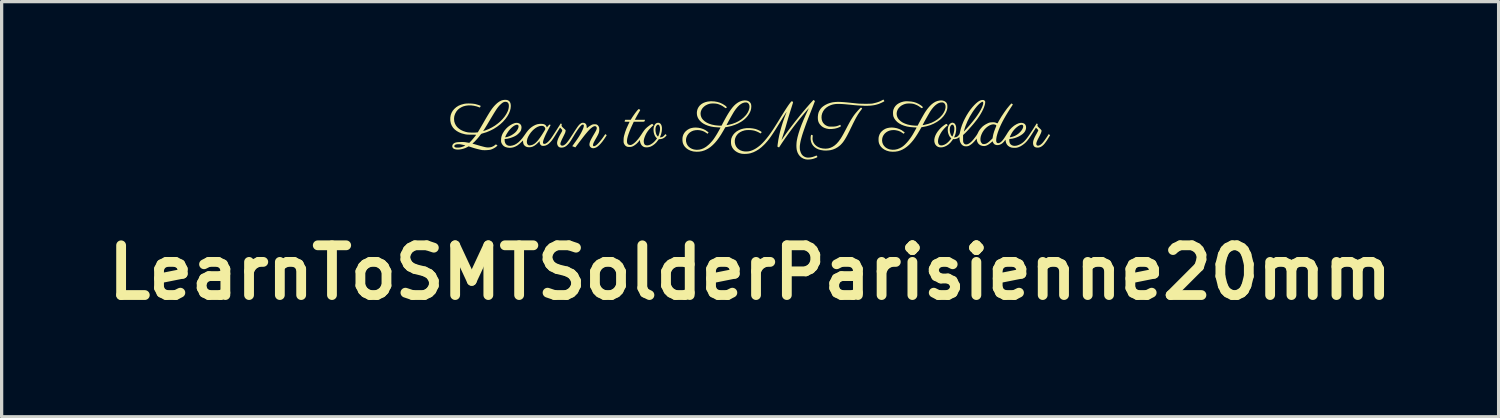
<source format=kicad_pcb>
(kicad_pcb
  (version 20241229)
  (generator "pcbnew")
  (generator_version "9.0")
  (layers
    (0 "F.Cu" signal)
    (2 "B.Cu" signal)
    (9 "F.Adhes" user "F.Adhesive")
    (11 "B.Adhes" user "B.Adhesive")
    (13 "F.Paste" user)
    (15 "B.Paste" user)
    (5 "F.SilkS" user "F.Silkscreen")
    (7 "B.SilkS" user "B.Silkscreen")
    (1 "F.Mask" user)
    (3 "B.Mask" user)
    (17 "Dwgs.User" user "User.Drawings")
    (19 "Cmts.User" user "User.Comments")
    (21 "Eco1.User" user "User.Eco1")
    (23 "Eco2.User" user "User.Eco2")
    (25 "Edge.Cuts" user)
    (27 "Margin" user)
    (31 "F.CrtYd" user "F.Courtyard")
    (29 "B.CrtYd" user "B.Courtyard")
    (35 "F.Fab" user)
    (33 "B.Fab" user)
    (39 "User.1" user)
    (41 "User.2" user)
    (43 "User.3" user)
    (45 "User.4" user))
  (footprint "LearnToSMTSolderParisienne20mm"
    (layer "F.Cu")
    (at 19.928 5.299)
    (property "Reference" "LearnToSMTSolderParisienne20mm" (at 0 0 0) (layer "F.SilkS") (effects (font (size 1.524 1.524) (thickness 0.3))))
    (attr board_only exclude_from_pos_files exclude_from_bom)
    (fp_poly (pts (xy 3.406 -5.049) (xy 3.419 -5.038) (xy 3.433 -5.023) (xy 3.393 -4.971) (xy 3.364 -4.933) (xy 3.337 -4.893) (xy 3.309 -4.852) (xy 3.282 -4.807) (xy 3.253 -4.757) (xy 3.223 -4.701) (xy 3.19 -4.637) (xy 3.153 -4.564) (xy 3.113 -4.481) (xy 3.093 -4.441) (xy 3.049 -4.349) (xy 3.008 -4.268) (xy 2.971 -4.197) (xy 2.937 -4.136) (xy 2.905 -4.082) (xy 2.875 -4.036) (xy 2.846 -3.995) (xy 2.817 -3.96) (xy 2.787 -3.927) (xy 2.757 -3.898) (xy 2.75 -3.892) (xy 2.685 -3.842) (xy 2.614 -3.801) (xy 2.539 -3.77) (xy 2.463 -3.75) (xy 2.411 -3.743) (xy 2.382 -3.741) (xy 2.355 -3.739) (xy 2.337 -3.738) (xy 2.318 -3.737) (xy 2.29 -3.738) (xy 2.26 -3.74) (xy 2.25 -3.74) (xy 2.17 -3.752) (xy 2.097 -3.772) (xy 2.033 -3.802) (xy 1.977 -3.84) (xy 1.931 -3.885) (xy 1.895 -3.938) (xy 1.87 -3.997) (xy 1.856 -4.062) (xy 1.853 -4.108) (xy 1.854 -4.139) (xy 1.857 -4.168) (xy 1.862 -4.194) (xy 1.867 -4.212) (xy 1.872 -4.22) (xy 1.873 -4.22) (xy 1.887 -4.217) (xy 1.902 -4.211) (xy 1.915 -4.204) (xy 1.92 -4.198) (xy 1.919 -4.187) (xy 1.916 -4.168) (xy 1.914 -4.148) (xy 1.911 -4.087) (xy 1.922 -4.029) (xy 1.945 -3.974) (xy 1.98 -3.925) (xy 1.988 -3.916) (xy 2.035 -3.874) (xy 2.09 -3.841) (xy 2.152 -3.817) (xy 2.224 -3.801) (xy 2.237 -3.8) (xy 2.314 -3.795) (xy 2.388 -3.802) (xy 2.459 -3.821) (xy 2.526 -3.852) (xy 2.591 -3.895) (xy 2.654 -3.951) (xy 2.714 -4.02) (xy 2.773 -4.102) (xy 2.809 -4.16) (xy 2.823 -4.184) (xy 2.842 -4.218) (xy 2.865 -4.259) (xy 2.89 -4.306) (xy 2.916 -4.355) (xy 2.942 -4.405) (xy 2.947 -4.413) (xy 2.986 -4.489) (xy 3.022 -4.555) (xy 3.053 -4.612) (xy 3.082 -4.663) (xy 3.11 -4.709) (xy 3.138 -4.753) (xy 3.166 -4.795) (xy 3.184 -4.82) (xy 3.203 -4.846) (xy 3.226 -4.875) (xy 3.253 -4.907) (xy 3.281 -4.939) (xy 3.309 -4.971) (xy 3.336 -4.999) (xy 3.359 -5.023) (xy 3.379 -5.041) (xy 3.392 -5.052) (xy 3.396 -5.053)) (stroke (width 0) (type solid)) (fill yes) (layer "F.SilkS"))
    (fp_poly (pts (xy 4.1 -5.274) (xy 4.109 -5.258) (xy 4.111 -5.249) (xy 4.111 -5.248) (xy 4.103 -5.242) (xy 4.085 -5.232) (xy 4.06 -5.219) (xy 4.031 -5.205) (xy 4 -5.191) (xy 3.971 -5.178) (xy 3.945 -5.167) (xy 3.933 -5.163) (xy 3.88 -5.147) (xy 3.826 -5.133) (xy 3.769 -5.123) (xy 3.708 -5.115) (xy 3.642 -5.11) (xy 3.571 -5.108) (xy 3.491 -5.109) (xy 3.404 -5.113) (xy 3.307 -5.119) (xy 3.199 -5.128) (xy 3.081 -5.14) (xy 2.984 -5.149) (xy 2.899 -5.157) (xy 2.825 -5.162) (xy 2.76 -5.165) (xy 2.703 -5.166) (xy 2.652 -5.165) (xy 2.607 -5.161) (xy 2.567 -5.155) (xy 2.529 -5.147) (xy 2.493 -5.136) (xy 2.457 -5.123) (xy 2.457 -5.123) (xy 2.387 -5.089) (xy 2.327 -5.047) (xy 2.276 -4.997) (xy 2.237 -4.941) (xy 2.208 -4.879) (xy 2.191 -4.813) (xy 2.187 -4.753) (xy 2.193 -4.69) (xy 2.21 -4.633) (xy 2.238 -4.582) (xy 2.277 -4.54) (xy 2.324 -4.506) (xy 2.377 -4.483) (xy 2.398 -4.477) (xy 2.421 -4.473) (xy 2.449 -4.471) (xy 2.486 -4.47) (xy 2.507 -4.47) (xy 2.565 -4.472) (xy 2.614 -4.477) (xy 2.658 -4.486) (xy 2.702 -4.501) (xy 2.725 -4.51) (xy 2.759 -4.526) (xy 2.768 -4.511) (xy 2.777 -4.497) (xy 2.782 -4.489) (xy 2.78 -4.481) (xy 2.767 -4.471) (xy 2.745 -4.459) (xy 2.716 -4.446) (xy 2.683 -4.433) (xy 2.647 -4.422) (xy 2.61 -4.413) (xy 2.6 -4.41) (xy 2.572 -4.406) (xy 2.537 -4.402) (xy 2.499 -4.398) (xy 2.463 -4.397) (xy 2.431 -4.396) (xy 2.41 -4.397) (xy 2.341 -4.41) (xy 2.282 -4.429) (xy 2.231 -4.454) (xy 2.186 -4.487) (xy 2.167 -4.506) (xy 2.13 -4.548) (xy 2.103 -4.593) (xy 2.085 -4.641) (xy 2.076 -4.695) (xy 2.074 -4.758) (xy 2.075 -4.779) (xy 2.082 -4.842) (xy 2.095 -4.898) (xy 2.117 -4.949) (xy 2.149 -5.001) (xy 2.161 -5.018) (xy 2.198 -5.06) (xy 2.247 -5.099) (xy 2.304 -5.135) (xy 2.368 -5.167) (xy 2.427 -5.189) (xy 2.472 -5.202) (xy 2.517 -5.213) (xy 2.564 -5.22) (xy 2.614 -5.225) (xy 2.67 -5.228) (xy 2.731 -5.228) (xy 2.799 -5.225) (xy 2.877 -5.22) (xy 2.964 -5.212) (xy 3.063 -5.202) (xy 3.09 -5.199) (xy 3.157 -5.192) (xy 3.213 -5.186) (xy 3.261 -5.181) (xy 3.302 -5.177) (xy 3.339 -5.174) (xy 3.375 -5.173) (xy 3.411 -5.171) (xy 3.45 -5.171) (xy 3.495 -5.17) (xy 3.527 -5.17) (xy 3.585 -5.17) (xy 3.633 -5.171) (xy 3.671 -5.172) (xy 3.702 -5.173) (xy 3.727 -5.175) (xy 3.75 -5.178) (xy 3.77 -5.182) (xy 3.85 -5.201) (xy 3.925 -5.224) (xy 3.991 -5.25) (xy 4.046 -5.279) (xy 4.053 -5.283) (xy 4.069 -5.293) (xy 4.08 -5.298) (xy 4.083 -5.299)) (stroke (width 0) (type solid)) (fill yes) (layer "F.SilkS"))
    (fp_poly (pts (xy -3.39 -4.998) (xy -3.375 -4.989) (xy -3.367 -4.982) (xy -3.367 -4.98) (xy -3.37 -4.972) (xy -3.378 -4.955) (xy -3.391 -4.933) (xy -3.399 -4.919) (xy -3.415 -4.892) (xy -3.434 -4.858) (xy -3.456 -4.82) (xy -3.477 -4.782) (xy -3.482 -4.772) (xy -3.532 -4.68) (xy -3.219 -4.68) (xy -3.224 -4.665) (xy -3.228 -4.651) (xy -3.231 -4.64) (xy -3.236 -4.632) (xy -3.243 -4.627) (xy -3.254 -4.623) (xy -3.272 -4.621) (xy -3.297 -4.62) (xy -3.331 -4.62) (xy -3.376 -4.62) (xy -3.402 -4.62) (xy -3.564 -4.62) (xy -3.608 -4.525) (xy -3.656 -4.419) (xy -3.695 -4.324) (xy -3.726 -4.239) (xy -3.75 -4.164) (xy -3.765 -4.099) (xy -3.772 -4.044) (xy -3.772 -3.998) (xy -3.763 -3.962) (xy -3.746 -3.935) (xy -3.722 -3.917) (xy -3.689 -3.909) (xy -3.684 -3.908) (xy -3.662 -3.907) (xy -3.644 -3.91) (xy -3.625 -3.918) (xy -3.607 -3.927) (xy -3.565 -3.954) (xy -3.52 -3.992) (xy -3.473 -4.041) (xy -3.424 -4.098) (xy -3.375 -4.164) (xy -3.327 -4.235) (xy -3.324 -4.24) (xy -3.29 -4.292) (xy -3.26 -4.335) (xy -3.233 -4.371) (xy -3.206 -4.402) (xy -3.177 -4.43) (xy -3.145 -4.459) (xy -3.14 -4.462) (xy -3.11 -4.486) (xy -3.079 -4.509) (xy -3.05 -4.528) (xy -3.026 -4.543) (xy -3.007 -4.551) (xy -3 -4.553) (xy -2.99 -4.548) (xy -2.977 -4.536) (xy -2.974 -4.532) (xy -2.958 -4.512) (xy -2.981 -4.495) (xy -3.003 -4.476) (xy -3.03 -4.45) (xy -3.06 -4.419) (xy -3.09 -4.387) (xy -3.117 -4.355) (xy -3.137 -4.329) (xy -3.175 -4.271) (xy -3.206 -4.211) (xy -3.231 -4.151) (xy -3.249 -4.094) (xy -3.258 -4.042) (xy -3.258 -4.006) (xy -3.251 -3.963) (xy -3.237 -3.93) (xy -3.214 -3.909) (xy -3.183 -3.897) (xy -3.143 -3.895) (xy -3.142 -3.895) (xy -3.095 -3.904) (xy -3.045 -3.925) (xy -2.995 -3.957) (xy -2.945 -3.999) (xy -2.897 -4.051) (xy -2.89 -4.061) (xy -2.873 -4.081) (xy -2.861 -4.098) (xy -2.854 -4.108) (xy -2.853 -4.11) (xy -2.858 -4.116) (xy -2.869 -4.128) (xy -2.877 -4.134) (xy -2.898 -4.159) (xy -2.919 -4.194) (xy -2.936 -4.235) (xy -2.949 -4.279) (xy -2.95 -4.283) (xy -2.958 -4.341) (xy -2.958 -4.358) (xy -2.899 -4.358) (xy -2.894 -4.31) (xy -2.884 -4.264) (xy -2.868 -4.223) (xy -2.867 -4.22) (xy -2.855 -4.201) (xy -2.841 -4.183) (xy -2.829 -4.171) (xy -2.821 -4.167) (xy -2.817 -4.172) (xy -2.809 -4.187) (xy -2.801 -4.205) (xy -2.779 -4.273) (xy -2.765 -4.336) (xy -2.759 -4.395) (xy -2.762 -4.447) (xy -2.774 -4.49) (xy -2.778 -4.498) (xy -2.794 -4.521) (xy -2.812 -4.531) (xy -2.833 -4.529) (xy -2.854 -4.515) (xy -2.875 -4.488) (xy -2.88 -4.479) (xy -2.892 -4.446) (xy -2.899 -4.405) (xy -2.899 -4.358) (xy -2.958 -4.358) (xy -2.959 -4.396) (xy -2.952 -4.447) (xy -2.938 -4.492) (xy -2.918 -4.53) (xy -2.893 -4.56) (xy -2.862 -4.58) (xy -2.827 -4.588) (xy -2.821 -4.589) (xy -2.785 -4.584) (xy -2.755 -4.567) (xy -2.731 -4.539) (xy -2.713 -4.499) (xy -2.707 -4.474) (xy -2.701 -4.433) (xy -2.702 -4.383) (xy -2.707 -4.329) (xy -2.718 -4.273) (xy -2.732 -4.22) (xy -2.75 -4.175) (xy -2.767 -4.138) (xy -2.735 -4.143) (xy -2.702 -4.15) (xy -2.676 -4.161) (xy -2.652 -4.179) (xy -2.629 -4.203) (xy -2.595 -4.241) (xy -2.576 -4.225) (xy -2.558 -4.209) (xy -2.572 -4.188) (xy -2.608 -4.149) (xy -2.651 -4.118) (xy -2.7 -4.097) (xy -2.752 -4.087) (xy -2.766 -4.087) (xy -2.784 -4.086) (xy -2.796 -4.083) (xy -2.806 -4.074) (xy -2.818 -4.056) (xy -2.822 -4.052) (xy -2.868 -3.992) (xy -2.921 -3.94) (xy -2.978 -3.896) (xy -3.038 -3.863) (xy -3.059 -3.855) (xy -3.104 -3.842) (xy -3.151 -3.836) (xy -3.196 -3.836) (xy -3.236 -3.842) (xy -3.25 -3.846) (xy -3.291 -3.87) (xy -3.326 -3.903) (xy -3.351 -3.946) (xy -3.368 -3.995) (xy -3.372 -4.021) (xy -3.377 -4.062) (xy -3.405 -4.025) (xy -3.444 -3.981) (xy -3.487 -3.939) (xy -3.532 -3.904) (xy -3.577 -3.876) (xy -3.618 -3.858) (xy -3.622 -3.857) (xy -3.648 -3.851) (xy -3.678 -3.848) (xy -3.701 -3.847) (xy -3.751 -3.851) (xy -3.791 -3.866) (xy -3.825 -3.891) (xy -3.851 -3.927) (xy -3.857 -3.938) (xy -3.865 -3.955) (xy -3.871 -3.971) (xy -3.874 -3.987) (xy -3.876 -4.008) (xy -3.876 -4.038) (xy -3.876 -4.053) (xy -3.875 -4.096) (xy -3.872 -4.133) (xy -3.865 -4.17) (xy -3.857 -4.203) (xy -3.827 -4.306) (xy -3.788 -4.411) (xy -3.739 -4.519) (xy -3.724 -4.552) (xy -3.71 -4.58) (xy -3.7 -4.602) (xy -3.694 -4.615) (xy -3.693 -4.618) (xy -3.7 -4.619) (xy -3.716 -4.619) (xy -3.741 -4.62) (xy -3.77 -4.62) (xy -3.8 -4.62) (xy -3.825 -4.622) (xy -3.841 -4.624) (xy -3.847 -4.626) (xy -3.844 -4.635) (xy -3.838 -4.651) (xy -3.837 -4.656) (xy -3.826 -4.68) (xy -3.742 -4.68) (xy -3.657 -4.68) (xy -3.617 -4.745) (xy -3.594 -4.78) (xy -3.568 -4.818) (xy -3.54 -4.858) (xy -3.512 -4.896) (xy -3.485 -4.931) (xy -3.461 -4.961) (xy -3.442 -4.982) (xy -3.438 -4.986) (xy -3.413 -5.009)) (stroke (width 0) (type solid)) (fill yes) (layer "F.SilkS"))
    (fp_poly (pts (xy -0.117 -5.27) (xy -0.071 -5.259) (xy -0.032 -5.239) (xy -0.02 -5.229) (xy 0.006 -5.201) (xy 0.024 -5.17) (xy 0.033 -5.133) (xy 0.036 -5.087) (xy 0.036 -5.083) (xy 0.03 -5.016) (xy 0.012 -4.95) (xy -0.018 -4.885) (xy -0.06 -4.819) (xy -0.067 -4.809) (xy -0.108 -4.759) (xy -0.151 -4.715) (xy -0.198 -4.674) (xy -0.254 -4.633) (xy -0.278 -4.618) (xy -0.368 -4.567) (xy -0.468 -4.524) (xy -0.575 -4.489) (xy -0.686 -4.464) (xy -0.711 -4.46) (xy -0.759 -4.452) (xy -0.82 -4.345) (xy -0.887 -4.232) (xy -0.953 -4.132) (xy -1.018 -4.044) (xy -1.083 -3.968) (xy -1.149 -3.902) (xy -1.216 -3.845) (xy -1.285 -3.798) (xy -1.356 -3.76) (xy -1.401 -3.741) (xy -1.477 -3.717) (xy -1.559 -3.704) (xy -1.643 -3.701) (xy -1.725 -3.708) (xy -1.757 -3.714) (xy -1.828 -3.735) (xy -1.892 -3.765) (xy -1.948 -3.804) (xy -1.995 -3.849) (xy -2.033 -3.902) (xy -2.058 -3.96) (xy -2.06 -3.965) (xy -2.068 -4.004) (xy -2.073 -4.051) (xy -2.073 -4.1) (xy -2.069 -4.146) (xy -2.066 -4.161) (xy -2.047 -4.222) (xy -2.016 -4.278) (xy -1.975 -4.327) (xy -1.924 -4.369) (xy -1.866 -4.403) (xy -1.813 -4.423) (xy -1.741 -4.438) (xy -1.665 -4.442) (xy -1.587 -4.436) (xy -1.509 -4.42) (xy -1.435 -4.395) (xy -1.366 -4.361) (xy -1.306 -4.318) (xy -1.301 -4.315) (xy -1.272 -4.29) (xy -1.287 -4.272) (xy -1.297 -4.259) (xy -1.305 -4.253) (xy -1.306 -4.253) (xy -1.313 -4.257) (xy -1.328 -4.267) (xy -1.347 -4.281) (xy -1.347 -4.281) (xy -1.405 -4.317) (xy -1.469 -4.343) (xy -1.537 -4.359) (xy -1.606 -4.365) (xy -1.675 -4.361) (xy -1.74 -4.347) (xy -1.791 -4.326) (xy -1.845 -4.293) (xy -1.889 -4.251) (xy -1.924 -4.202) (xy -1.949 -4.148) (xy -1.963 -4.091) (xy -1.964 -4.032) (xy -1.962 -4.013) (xy -1.946 -3.954) (xy -1.92 -3.902) (xy -1.883 -3.857) (xy -1.837 -3.819) (xy -1.783 -3.79) (xy -1.723 -3.77) (xy -1.656 -3.761) (xy -1.628 -3.76) (xy -1.556 -3.765) (xy -1.487 -3.782) (xy -1.419 -3.81) (xy -1.352 -3.85) (xy -1.286 -3.903) (xy -1.236 -3.949) (xy -1.192 -3.996) (xy -1.152 -4.042) (xy -1.115 -4.091) (xy -1.077 -4.147) (xy -1.039 -4.207) (xy -1.024 -4.231) (xy -1.006 -4.261) (xy -0.987 -4.294) (xy -0.968 -4.328) (xy -0.949 -4.361) (xy -0.933 -4.391) (xy -0.919 -4.416) (xy -0.91 -4.434) (xy -0.907 -4.442) (xy -0.907 -4.442) (xy -0.913 -4.443) (xy -0.93 -4.445) (xy -0.956 -4.446) (xy -0.988 -4.448) (xy -1.005 -4.449) (xy -1.106 -4.457) (xy -1.199 -4.473) (xy -1.285 -4.497) (xy -1.363 -4.527) (xy -1.432 -4.563) (xy -1.491 -4.605) (xy -1.541 -4.653) (xy -1.581 -4.706) (xy -1.61 -4.763) (xy -1.627 -4.824) (xy -1.632 -4.889) (xy -1.627 -4.946) (xy -1.61 -5.009) (xy -1.581 -5.066) (xy -1.543 -5.116) (xy -1.494 -5.159) (xy -1.437 -5.194) (xy -1.371 -5.22) (xy -1.297 -5.238) (xy -1.217 -5.246) (xy -1.19 -5.247) (xy -1.095 -5.242) (xy -1.007 -5.227) (xy -0.926 -5.203) (xy -0.848 -5.167) (xy -0.798 -5.137) (xy -0.76 -5.111) (xy -0.735 -5.089) (xy -0.72 -5.072) (xy -0.716 -5.058) (xy -0.723 -5.047) (xy -0.735 -5.039) (xy -0.744 -5.037) (xy -0.754 -5.038) (xy -0.767 -5.046) (xy -0.787 -5.06) (xy -0.796 -5.066) (xy -0.842 -5.098) (xy -0.891 -5.125) (xy -0.945 -5.148) (xy -0.97 -5.157) (xy -0.997 -5.166) (xy -1.022 -5.171) (xy -1.049 -5.175) (xy -1.083 -5.178) (xy -1.107 -5.179) (xy -1.158 -5.179) (xy -1.199 -5.177) (xy -1.236 -5.171) (xy -1.272 -5.161) (xy -1.308 -5.148) (xy -1.365 -5.119) (xy -1.415 -5.082) (xy -1.456 -5.039) (xy -1.487 -4.991) (xy -1.508 -4.939) (xy -1.518 -4.885) (xy -1.515 -4.83) (xy -1.511 -4.808) (xy -1.497 -4.765) (xy -1.48 -4.729) (xy -1.455 -4.695) (xy -1.443 -4.681) (xy -1.392 -4.634) (xy -1.33 -4.593) (xy -1.258 -4.56) (xy -1.176 -4.533) (xy -1.085 -4.514) (xy -1.056 -4.51) (xy -1.018 -4.506) (xy -0.979 -4.502) (xy -0.945 -4.5) (xy -0.927 -4.5) (xy -0.875 -4.5) (xy -0.867 -4.514) (xy -0.724 -4.514) (xy -0.724 -4.513) (xy -0.717 -4.515) (xy -0.699 -4.518) (xy -0.675 -4.523) (xy -0.654 -4.527) (xy -0.548 -4.554) (xy -0.449 -4.59) (xy -0.356 -4.635) (xy -0.272 -4.689) (xy -0.197 -4.751) (xy -0.132 -4.819) (xy -0.11 -4.847) (xy -0.073 -4.903) (xy -0.046 -4.959) (xy -0.028 -5.014) (xy -0.019 -5.065) (xy -0.021 -5.111) (xy -0.034 -5.151) (xy -0.035 -5.153) (xy -0.055 -5.183) (xy -0.079 -5.201) (xy -0.111 -5.211) (xy -0.122 -5.212) (xy -0.173 -5.209) (xy -0.225 -5.194) (xy -0.278 -5.166) (xy -0.331 -5.126) (xy -0.384 -5.074) (xy -0.437 -5.01) (xy -0.483 -4.944) (xy -0.498 -4.921) (xy -0.516 -4.891) (xy -0.537 -4.855) (xy -0.56 -4.816) (xy -0.584 -4.773) (xy -0.609 -4.729) (xy -0.633 -4.685) (xy -0.656 -4.644) (xy -0.677 -4.605) (xy -0.695 -4.571) (xy -0.71 -4.544) (xy -0.719 -4.525) (xy -0.724 -4.514) (xy -0.867 -4.514) (xy -0.843 -4.562) (xy -0.784 -4.673) (xy -0.729 -4.773) (xy -0.677 -4.861) (xy -0.628 -4.938) (xy -0.58 -5.006) (xy -0.534 -5.065) (xy -0.488 -5.115) (xy -0.443 -5.157) (xy -0.397 -5.192) (xy -0.351 -5.221) (xy -0.334 -5.23) (xy -0.279 -5.253) (xy -0.223 -5.267) (xy -0.168 -5.273)) (stroke (width 0) (type solid)) (fill yes) (layer "F.SilkS"))
    (fp_poly (pts (xy 5.902 -5.268) (xy 5.948 -5.253) (xy 5.986 -5.229) (xy 6.016 -5.198) (xy 6.031 -5.168) (xy 6.039 -5.137) (xy 6.042 -5.098) (xy 6.042 -5.056) (xy 6.037 -5.014) (xy 6.03 -4.983) (xy 6.004 -4.914) (xy 5.965 -4.846) (xy 5.917 -4.78) (xy 5.861 -4.72) (xy 5.819 -4.683) (xy 5.726 -4.617) (xy 5.625 -4.561) (xy 5.516 -4.515) (xy 5.4 -4.481) (xy 5.296 -4.46) (xy 5.249 -4.453) (xy 5.193 -4.355) (xy 5.126 -4.243) (xy 5.061 -4.143) (xy 4.997 -4.055) (xy 4.933 -3.979) (xy 4.869 -3.912) (xy 4.804 -3.856) (xy 4.737 -3.808) (xy 4.669 -3.769) (xy 4.606 -3.741) (xy 4.53 -3.717) (xy 4.448 -3.704) (xy 4.364 -3.701) (xy 4.281 -3.708) (xy 4.25 -3.714) (xy 4.179 -3.735) (xy 4.115 -3.765) (xy 4.058 -3.804) (xy 4.011 -3.849) (xy 3.974 -3.902) (xy 3.948 -3.96) (xy 3.947 -3.965) (xy 3.938 -4.004) (xy 3.934 -4.051) (xy 3.934 -4.1) (xy 3.938 -4.146) (xy 3.941 -4.161) (xy 3.96 -4.221) (xy 3.99 -4.277) (xy 4.031 -4.326) (xy 4.081 -4.368) (xy 4.139 -4.402) (xy 4.193 -4.423) (xy 4.266 -4.438) (xy 4.343 -4.443) (xy 4.421 -4.436) (xy 4.499 -4.42) (xy 4.574 -4.394) (xy 4.644 -4.359) (xy 4.705 -4.315) (xy 4.71 -4.311) (xy 4.737 -4.288) (xy 4.721 -4.271) (xy 4.709 -4.259) (xy 4.701 -4.253) (xy 4.7 -4.253) (xy 4.693 -4.257) (xy 4.679 -4.267) (xy 4.66 -4.281) (xy 4.66 -4.281) (xy 4.601 -4.318) (xy 4.534 -4.344) (xy 4.46 -4.36) (xy 4.413 -4.365) (xy 4.345 -4.363) (xy 4.281 -4.351) (xy 4.222 -4.329) (xy 4.169 -4.297) (xy 4.123 -4.257) (xy 4.087 -4.21) (xy 4.06 -4.156) (xy 4.046 -4.101) (xy 4.042 -4.04) (xy 4.051 -3.982) (xy 4.071 -3.929) (xy 4.102 -3.881) (xy 4.142 -3.839) (xy 4.192 -3.805) (xy 4.25 -3.78) (xy 4.285 -3.771) (xy 4.36 -3.761) (xy 4.436 -3.764) (xy 4.511 -3.78) (xy 4.586 -3.81) (xy 4.65 -3.845) (xy 4.696 -3.879) (xy 4.745 -3.923) (xy 4.796 -3.976) (xy 4.848 -4.036) (xy 4.898 -4.102) (xy 4.946 -4.171) (xy 4.975 -4.217) (xy 4.989 -4.24) (xy 5.005 -4.269) (xy 5.024 -4.301) (xy 5.042 -4.334) (xy 5.06 -4.366) (xy 5.076 -4.395) (xy 5.089 -4.419) (xy 5.097 -4.435) (xy 5.1 -4.442) (xy 5.094 -4.443) (xy 5.076 -4.445) (xy 5.05 -4.446) (xy 5.018 -4.448) (xy 5.002 -4.449) (xy 4.899 -4.458) (xy 4.804 -4.474) (xy 4.716 -4.499) (xy 4.636 -4.53) (xy 4.566 -4.569) (xy 4.505 -4.614) (xy 4.455 -4.666) (xy 4.415 -4.723) (xy 4.389 -4.781) (xy 4.382 -4.814) (xy 4.378 -4.854) (xy 4.377 -4.898) (xy 4.38 -4.941) (xy 4.386 -4.978) (xy 4.389 -4.987) (xy 4.414 -5.048) (xy 4.451 -5.102) (xy 4.498 -5.148) (xy 4.556 -5.186) (xy 4.622 -5.216) (xy 4.683 -5.234) (xy 4.711 -5.24) (xy 4.735 -5.243) (xy 4.759 -5.246) (xy 4.787 -5.246) (xy 4.823 -5.246) (xy 4.849 -5.245) (xy 4.936 -5.238) (xy 5.014 -5.224) (xy 5.086 -5.201) (xy 5.155 -5.169) (xy 5.207 -5.138) (xy 5.245 -5.112) (xy 5.271 -5.09) (xy 5.286 -5.073) (xy 5.29 -5.059) (xy 5.284 -5.048) (xy 5.271 -5.039) (xy 5.262 -5.037) (xy 5.253 -5.038) (xy 5.239 -5.046) (xy 5.219 -5.06) (xy 5.21 -5.066) (xy 5.164 -5.098) (xy 5.116 -5.125) (xy 5.061 -5.148) (xy 5.037 -5.157) (xy 5.01 -5.166) (xy 4.985 -5.171) (xy 4.958 -5.175) (xy 4.924 -5.178) (xy 4.9 -5.179) (xy 4.849 -5.179) (xy 4.807 -5.177) (xy 4.77 -5.171) (xy 4.734 -5.161) (xy 4.699 -5.148) (xy 4.641 -5.119) (xy 4.592 -5.082) (xy 4.551 -5.039) (xy 4.52 -4.991) (xy 4.499 -4.939) (xy 4.489 -4.885) (xy 4.491 -4.83) (xy 4.496 -4.808) (xy 4.509 -4.765) (xy 4.527 -4.729) (xy 4.552 -4.695) (xy 4.564 -4.681) (xy 4.615 -4.634) (xy 4.677 -4.593) (xy 4.749 -4.56) (xy 4.831 -4.533) (xy 4.922 -4.514) (xy 4.951 -4.51) (xy 4.988 -4.506) (xy 5.027 -4.502) (xy 5.062 -4.5) (xy 5.08 -4.5) (xy 5.132 -4.5) (xy 5.139 -4.514) (xy 5.283 -4.514) (xy 5.283 -4.513) (xy 5.29 -4.515) (xy 5.307 -4.518) (xy 5.332 -4.523) (xy 5.352 -4.527) (xy 5.459 -4.554) (xy 5.559 -4.59) (xy 5.651 -4.636) (xy 5.736 -4.69) (xy 5.811 -4.751) (xy 5.876 -4.821) (xy 5.897 -4.847) (xy 5.933 -4.903) (xy 5.961 -4.959) (xy 5.979 -5.014) (xy 5.987 -5.065) (xy 5.985 -5.111) (xy 5.973 -5.151) (xy 5.972 -5.153) (xy 5.952 -5.183) (xy 5.928 -5.201) (xy 5.896 -5.211) (xy 5.885 -5.212) (xy 5.834 -5.209) (xy 5.782 -5.194) (xy 5.729 -5.166) (xy 5.676 -5.126) (xy 5.622 -5.074) (xy 5.569 -5.01) (xy 5.523 -4.944) (xy 5.509 -4.921) (xy 5.491 -4.891) (xy 5.47 -4.855) (xy 5.447 -4.816) (xy 5.423 -4.773) (xy 5.398 -4.729) (xy 5.373 -4.685) (xy 5.35 -4.644) (xy 5.329 -4.605) (xy 5.311 -4.571) (xy 5.297 -4.544) (xy 5.287 -4.525) (xy 5.283 -4.514) (xy 5.139 -4.514) (xy 5.164 -4.562) (xy 5.182 -4.597) (xy 5.205 -4.639) (xy 5.23 -4.685) (xy 5.256 -4.733) (xy 5.283 -4.78) (xy 5.308 -4.824) (xy 5.33 -4.862) (xy 5.349 -4.893) (xy 5.359 -4.91) (xy 5.421 -5) (xy 5.483 -5.076) (xy 5.545 -5.14) (xy 5.608 -5.191) (xy 5.672 -5.23) (xy 5.737 -5.256) (xy 5.804 -5.27) (xy 5.85 -5.273)) (stroke (width 0) (type solid)) (fill yes) (layer "F.SilkS"))
    (fp_poly (pts (xy 1.962 -5.272) (xy 1.976 -5.262) (xy 1.985 -5.256) (xy 1.986 -5.256) (xy 1.984 -5.25) (xy 1.977 -5.232) (xy 1.967 -5.205) (xy 1.953 -5.169) (xy 1.937 -5.127) (xy 1.918 -5.078) (xy 1.897 -5.025) (xy 1.888 -5.002) (xy 1.831 -4.857) (xy 1.779 -4.724) (xy 1.732 -4.602) (xy 1.691 -4.49) (xy 1.655 -4.388) (xy 1.623 -4.295) (xy 1.596 -4.211) (xy 1.574 -4.134) (xy 1.555 -4.065) (xy 1.541 -4.002) (xy 1.531 -3.946) (xy 1.524 -3.895) (xy 1.521 -3.849) (xy 1.522 -3.807) (xy 1.525 -3.769) (xy 1.532 -3.734) (xy 1.533 -3.732) (xy 1.553 -3.671) (xy 1.58 -3.621) (xy 1.615 -3.581) (xy 1.658 -3.551) (xy 1.706 -3.53) (xy 1.749 -3.522) (xy 1.8 -3.521) (xy 1.857 -3.528) (xy 1.918 -3.542) (xy 1.979 -3.563) (xy 2.003 -3.573) (xy 2.021 -3.58) (xy 2.033 -3.585) (xy 2.036 -3.585) (xy 2.051 -3.564) (xy 2.058 -3.55) (xy 2.06 -3.541) (xy 2.054 -3.533) (xy 2.036 -3.523) (xy 2.009 -3.511) (xy 1.974 -3.498) (xy 1.932 -3.484) (xy 1.929 -3.483) (xy 1.874 -3.471) (xy 1.816 -3.464) (xy 1.76 -3.462) (xy 1.709 -3.467) (xy 1.694 -3.47) (xy 1.63 -3.491) (xy 1.574 -3.523) (xy 1.525 -3.565) (xy 1.484 -3.618) (xy 1.452 -3.679) (xy 1.433 -3.738) (xy 1.425 -3.779) (xy 1.42 -3.829) (xy 1.418 -3.884) (xy 1.42 -3.941) (xy 1.424 -3.997) (xy 1.43 -4.04) (xy 1.452 -4.147) (xy 1.484 -4.264) (xy 1.525 -4.391) (xy 1.575 -4.527) (xy 1.634 -4.672) (xy 1.702 -4.827) (xy 1.737 -4.903) (xy 1.8 -5.037) (xy 1.769 -5.004) (xy 1.751 -4.983) (xy 1.725 -4.954) (xy 1.695 -4.918) (xy 1.66 -4.877) (xy 1.623 -4.832) (xy 1.585 -4.786) (xy 1.547 -4.74) (xy 1.512 -4.697) (xy 1.48 -4.657) (xy 1.466 -4.64) (xy 1.361 -4.506) (xy 1.26 -4.372) (xy 1.163 -4.239) (xy 1.072 -4.111) (xy 0.989 -3.989) (xy 0.964 -3.952) (xy 0.887 -3.834) (xy 0.862 -3.843) (xy 0.851 -3.846) (xy 0.844 -3.85) (xy 0.84 -3.856) (xy 0.839 -3.866) (xy 0.839 -3.883) (xy 0.842 -3.908) (xy 0.846 -3.945) (xy 0.847 -3.947) (xy 0.862 -4.05) (xy 0.953 -4.05) (xy 0.957 -4.047) (xy 0.96 -4.05) (xy 0.957 -4.053) (xy 0.953 -4.05) (xy 0.862 -4.05) (xy 0.864 -4.063) (xy 0.888 -4.188) (xy 0.919 -4.321) (xy 0.957 -4.458) (xy 1 -4.598) (xy 1.049 -4.739) (xy 1.092 -4.852) (xy 1.103 -4.879) (xy 1.111 -4.901) (xy 1.116 -4.916) (xy 1.117 -4.92) (xy 1.112 -4.914) (xy 1.1 -4.898) (xy 1.083 -4.872) (xy 1.061 -4.838) (xy 1.034 -4.795) (xy 1.002 -4.745) (xy 0.968 -4.689) (xy 0.93 -4.627) (xy 0.897 -4.573) (xy 0.836 -4.475) (xy 0.782 -4.388) (xy 0.732 -4.31) (xy 0.687 -4.241) (xy 0.645 -4.179) (xy 0.606 -4.124) (xy 0.569 -4.075) (xy 0.533 -4.03) (xy 0.497 -3.989) (xy 0.462 -3.95) (xy 0.43 -3.917) (xy 0.349 -3.841) (xy 0.268 -3.778) (xy 0.186 -3.727) (xy 0.103 -3.686) (xy 0.017 -3.657) (xy 0.002 -3.653) (xy -0.048 -3.643) (xy -0.105 -3.637) (xy -0.164 -3.634) (xy -0.221 -3.636) (xy -0.27 -3.642) (xy -0.273 -3.643) (xy -0.343 -3.662) (xy -0.406 -3.692) (xy -0.462 -3.73) (xy -0.508 -3.775) (xy -0.545 -3.827) (xy -0.571 -3.885) (xy -0.576 -3.904) (xy -0.583 -3.938) (xy -0.586 -3.979) (xy -0.586 -4.022) (xy -0.583 -4.063) (xy -0.578 -4.095) (xy -0.578 -4.097) (xy -0.553 -4.162) (xy -0.518 -4.221) (xy -0.472 -4.274) (xy -0.416 -4.321) (xy -0.352 -4.359) (xy -0.28 -4.39) (xy -0.201 -4.411) (xy -0.116 -4.423) (xy -0.096 -4.424) (xy -0.006 -4.424) (xy 0.085 -4.414) (xy 0.159 -4.399) (xy 0.193 -4.388) (xy 0.232 -4.373) (xy 0.27 -4.356) (xy 0.305 -4.338) (xy 0.331 -4.321) (xy 0.337 -4.317) (xy 0.357 -4.301) (xy 0.337 -4.281) (xy 0.318 -4.26) (xy 0.297 -4.274) (xy 0.265 -4.293) (xy 0.225 -4.312) (xy 0.181 -4.33) (xy 0.139 -4.344) (xy 0.13 -4.347) (xy 0.078 -4.357) (xy 0.019 -4.364) (xy -0.044 -4.366) (xy -0.105 -4.364) (xy -0.159 -4.357) (xy -0.172 -4.354) (xy -0.241 -4.333) (xy -0.303 -4.303) (xy -0.357 -4.265) (xy -0.401 -4.219) (xy -0.435 -4.167) (xy -0.458 -4.11) (xy -0.47 -4.049) (xy -0.469 -3.985) (xy -0.467 -3.97) (xy -0.452 -3.909) (xy -0.426 -3.856) (xy -0.39 -3.809) (xy -0.344 -3.771) (xy -0.291 -3.741) (xy -0.23 -3.72) (xy -0.162 -3.709) (xy -0.097 -3.709) (xy -0.041 -3.714) (xy 0.012 -3.726) (xy 0.065 -3.745) (xy 0.12 -3.77) (xy 0.182 -3.805) (xy 0.244 -3.848) (xy 0.307 -3.898) (xy 0.37 -3.957) (xy 0.434 -4.025) (xy 0.5 -4.103) (xy 0.569 -4.19) (xy 0.64 -4.289) (xy 0.714 -4.398) (xy 0.791 -4.52) (xy 0.843 -4.603) (xy 0.901 -4.698) (xy 0.952 -4.782) (xy 0.999 -4.857) (xy 1.04 -4.922) (xy 1.076 -4.98) (xy 1.109 -5.03) (xy 1.138 -5.074) (xy 1.164 -5.113) (xy 1.188 -5.147) (xy 1.21 -5.177) (xy 1.229 -5.201) (xy 1.248 -5.225) (xy 1.262 -5.24) (xy 1.273 -5.246) (xy 1.284 -5.245) (xy 1.299 -5.237) (xy 1.312 -5.228) (xy 1.314 -5.223) (xy 1.314 -5.213) (xy 1.31 -5.196) (xy 1.303 -5.17) (xy 1.292 -5.135) (xy 1.277 -5.088) (xy 1.277 -5.086) (xy 1.255 -5.018) (xy 1.232 -4.946) (xy 1.209 -4.871) (xy 1.186 -4.795) (xy 1.164 -4.722) (xy 1.144 -4.653) (xy 1.126 -4.591) (xy 1.111 -4.538) (xy 1.102 -4.507) (xy 1.093 -4.473) (xy 1.08 -4.43) (xy 1.065 -4.38) (xy 1.049 -4.327) (xy 1.031 -4.273) (xy 1.019 -4.237) (xy 1.004 -4.191) (xy 0.991 -4.15) (xy 0.979 -4.115) (xy 0.97 -4.087) (xy 0.965 -4.069) (xy 0.963 -4.062) (xy 0.963 -4.062) (xy 0.967 -4.066) (xy 0.977 -4.08) (xy 0.993 -4.102) (xy 1.012 -4.13) (xy 1.034 -4.161) (xy 1.093 -4.246) (xy 1.159 -4.337) (xy 1.232 -4.434) (xy 1.309 -4.535) (xy 1.39 -4.639) (xy 1.473 -4.742) (xy 1.556 -4.845) (xy 1.638 -4.944) (xy 1.718 -5.038) (xy 1.722 -5.043) (xy 1.8 -5.043) (xy 1.803 -5.04) (xy 1.807 -5.043) (xy 1.803 -5.047) (xy 1.8 -5.043) (xy 1.722 -5.043) (xy 1.794 -5.126) (xy 1.866 -5.206) (xy 1.908 -5.252) (xy 1.941 -5.287)) (stroke (width 0) (type solid)) (fill yes) (layer "F.SilkS"))
    (fp_poly (pts (xy -7.454 -5.287) (xy -7.423 -5.279) (xy -7.417 -5.276) (xy -7.382 -5.252) (xy -7.357 -5.222) (xy -7.341 -5.184) (xy -7.333 -5.137) (xy -7.331 -5.1) (xy -7.338 -5.025) (xy -7.358 -4.948) (xy -7.39 -4.87) (xy -7.434 -4.791) (xy -7.491 -4.711) (xy -7.559 -4.633) (xy -7.569 -4.621) (xy -7.656 -4.54) (xy -7.753 -4.466) (xy -7.858 -4.399) (xy -7.969 -4.343) (xy -8.083 -4.296) (xy -8.18 -4.267) (xy -8.207 -4.259) (xy -8.226 -4.253) (xy -8.239 -4.245) (xy -8.25 -4.233) (xy -8.265 -4.214) (xy -8.267 -4.211) (xy -8.296 -4.173) (xy -8.33 -4.131) (xy -8.367 -4.088) (xy -8.404 -4.048) (xy -8.437 -4.013) (xy -8.459 -3.993) (xy -8.506 -3.95) (xy -8.385 -3.915) (xy -8.313 -3.894) (xy -8.254 -3.877) (xy -8.204 -3.864) (xy -8.162 -3.853) (xy -8.128 -3.845) (xy -8.099 -3.839) (xy -8.074 -3.835) (xy -8.052 -3.833) (xy -8.031 -3.832) (xy -8.023 -3.832) (xy -7.964 -3.836) (xy -7.912 -3.849) (xy -7.864 -3.871) (xy -7.83 -3.894) (xy -7.786 -3.928) (xy -7.762 -3.909) (xy -7.738 -3.891) (xy -7.774 -3.858) (xy -7.808 -3.832) (xy -7.85 -3.807) (xy -7.896 -3.784) (xy -7.942 -3.767) (xy -7.957 -3.763) (xy -7.983 -3.758) (xy -8.019 -3.754) (xy -8.06 -3.751) (xy -8.105 -3.749) (xy -8.148 -3.749) (xy -8.186 -3.75) (xy -8.216 -3.753) (xy -8.22 -3.754) (xy -8.264 -3.763) (xy -8.316 -3.775) (xy -8.375 -3.79) (xy -8.437 -3.807) (xy -8.497 -3.825) (xy -8.521 -3.833) (xy -8.623 -3.866) (xy -8.659 -3.846) (xy -8.715 -3.818) (xy -8.774 -3.797) (xy -8.834 -3.781) (xy -8.892 -3.771) (xy -8.949 -3.767) (xy -9 -3.77) (xy -9.045 -3.779) (xy -9.081 -3.795) (xy -9.093 -3.804) (xy -9.114 -3.829) (xy -9.124 -3.859) (xy -9.123 -3.87) (xy -9.064 -3.87) (xy -9.055 -3.853) (xy -9.041 -3.842) (xy -9.027 -3.834) (xy -9.012 -3.83) (xy -8.992 -3.827) (xy -8.963 -3.827) (xy -8.961 -3.827) (xy -8.928 -3.828) (xy -8.893 -3.831) (xy -8.865 -3.836) (xy -8.862 -3.837) (xy -8.84 -3.843) (xy -8.814 -3.852) (xy -8.787 -3.862) (xy -8.761 -3.873) (xy -8.741 -3.883) (xy -8.729 -3.89) (xy -8.727 -3.893) (xy -8.733 -3.896) (xy -8.749 -3.901) (xy -8.773 -3.907) (xy -8.802 -3.914) (xy -8.832 -3.92) (xy -8.862 -3.926) (xy -8.887 -3.93) (xy -8.894 -3.931) (xy -8.922 -3.932) (xy -8.955 -3.932) (xy -8.976 -3.93) (xy -9.004 -3.926) (xy -9.023 -3.92) (xy -9.04 -3.909) (xy -9.044 -3.905) (xy -9.061 -3.886) (xy -9.064 -3.87) (xy -9.123 -3.87) (xy -9.122 -3.891) (xy -9.11 -3.922) (xy -9.086 -3.949) (xy -9.065 -3.964) (xy -9.041 -3.976) (xy -9.011 -3.985) (xy -8.975 -3.992) (xy -8.93 -3.996) (xy -8.877 -3.998) (xy -8.83 -3.999) (xy -8.793 -3.999) (xy -8.761 -3.997) (xy -8.729 -3.994) (xy -8.693 -3.988) (xy -8.687 -3.987) (xy -8.603 -3.973) (xy -8.547 -4.032) (xy -8.528 -4.052) (xy -8.505 -4.078) (xy -8.481 -4.106) (xy -8.458 -4.134) (xy -8.435 -4.162) (xy -8.416 -4.186) (xy -8.402 -4.206) (xy -8.394 -4.218) (xy -8.393 -4.22) (xy -8.4 -4.221) (xy -8.417 -4.222) (xy -8.445 -4.223) (xy -8.479 -4.223) (xy -8.52 -4.224) (xy -8.535 -4.224) (xy -8.586 -4.224) (xy -8.626 -4.225) (xy -8.659 -4.226) (xy -8.686 -4.229) (xy -8.711 -4.232) (xy -8.736 -4.237) (xy -8.744 -4.239) (xy -8.835 -4.263) (xy -8.917 -4.296) (xy -8.988 -4.336) (xy -9.049 -4.383) (xy -9.099 -4.436) (xy -9.138 -4.497) (xy -9.166 -4.563) (xy -9.181 -4.635) (xy -9.185 -4.67) (xy -9.184 -4.751) (xy -9.171 -4.825) (xy -9.146 -4.893) (xy -9.109 -4.957) (xy -9.06 -5.015) (xy -9.057 -5.017) (xy -8.999 -5.068) (xy -8.934 -5.109) (xy -8.862 -5.14) (xy -8.781 -5.163) (xy -8.742 -5.171) (xy -8.691 -5.177) (xy -8.631 -5.179) (xy -8.569 -5.178) (xy -8.507 -5.174) (xy -8.45 -5.167) (xy -8.417 -5.161) (xy -8.384 -5.152) (xy -8.35 -5.142) (xy -8.318 -5.132) (xy -8.29 -5.122) (xy -8.269 -5.114) (xy -8.258 -5.107) (xy -8.256 -5.106) (xy -8.257 -5.097) (xy -8.262 -5.082) (xy -8.265 -5.077) (xy -8.274 -5.061) (xy -8.283 -5.057) (xy -8.286 -5.057) (xy -8.371 -5.088) (xy -8.458 -5.109) (xy -8.544 -5.12) (xy -8.628 -5.121) (xy -8.708 -5.111) (xy -8.783 -5.092) (xy -8.836 -5.069) (xy -8.898 -5.033) (xy -8.95 -4.991) (xy -8.992 -4.942) (xy -9.026 -4.884) (xy -9.03 -4.877) (xy -9.051 -4.825) (xy -9.064 -4.775) (xy -9.069 -4.722) (xy -9.069 -4.7) (xy -9.063 -4.632) (xy -9.044 -4.569) (xy -9.014 -4.51) (xy -8.973 -4.456) (xy -8.921 -4.409) (xy -8.86 -4.368) (xy -8.79 -4.335) (xy -8.712 -4.309) (xy -8.654 -4.296) (xy -8.619 -4.292) (xy -8.574 -4.289) (xy -8.523 -4.287) (xy -8.472 -4.287) (xy -8.422 -4.288) (xy -8.386 -4.291) (xy -8.342 -4.295) (xy -8.319 -4.333) (xy -8.178 -4.333) (xy -8.17 -4.335) (xy -8.153 -4.341) (xy -8.129 -4.349) (xy -8.106 -4.357) (xy -8.006 -4.396) (xy -7.91 -4.445) (xy -7.818 -4.5) (xy -7.732 -4.563) (xy -7.652 -4.631) (xy -7.581 -4.703) (xy -7.519 -4.779) (xy -7.467 -4.858) (xy -7.427 -4.937) (xy -7.41 -4.983) (xy -7.399 -5.026) (xy -7.392 -5.069) (xy -7.39 -5.11) (xy -7.393 -5.146) (xy -7.401 -5.174) (xy -7.403 -5.179) (xy -7.423 -5.206) (xy -7.446 -5.222) (xy -7.476 -5.229) (xy -7.496 -5.23) (xy -7.522 -5.229) (xy -7.542 -5.224) (xy -7.563 -5.214) (xy -7.576 -5.207) (xy -7.597 -5.192) (xy -7.624 -5.17) (xy -7.65 -5.145) (xy -7.666 -5.13) (xy -7.682 -5.113) (xy -7.697 -5.097) (xy -7.711 -5.08) (xy -7.725 -5.062) (xy -7.74 -5.043) (xy -7.756 -5.02) (xy -7.774 -4.994) (xy -7.794 -4.963) (xy -7.817 -4.927) (xy -7.844 -4.884) (xy -7.874 -4.834) (xy -7.909 -4.776) (xy -7.949 -4.709) (xy -7.995 -4.632) (xy -8.04 -4.557) (xy -8.064 -4.516) (xy -8.089 -4.476) (xy -8.111 -4.439) (xy -8.131 -4.408) (xy -8.145 -4.385) (xy -8.148 -4.382) (xy -8.162 -4.36) (xy -8.172 -4.344) (xy -8.177 -4.334) (xy -8.178 -4.333) (xy -8.319 -4.333) (xy -8.282 -4.396) (xy -8.26 -4.432) (xy -8.234 -4.477) (xy -8.205 -4.527) (xy -8.175 -4.578) (xy -8.148 -4.626) (xy -8.14 -4.64) (xy -8.091 -4.725) (xy -8.047 -4.799) (xy -8.008 -4.864) (xy -7.973 -4.92) (xy -7.94 -4.969) (xy -7.91 -5.013) (xy -7.88 -5.052) (xy -7.851 -5.087) (xy -7.821 -5.12) (xy -7.812 -5.13) (xy -7.751 -5.188) (xy -7.69 -5.234) (xy -7.629 -5.266) (xy -7.614 -5.272) (xy -7.576 -5.283) (xy -7.534 -5.289) (xy -7.492 -5.291)) (stroke (width 0) (type solid)) (fill yes) (layer "F.SilkS"))
    (fp_poly (pts (xy -5.079 -4.583) (xy -5.048 -4.566) (xy -5.025 -4.54) (xy -5.011 -4.504) (xy -5.006 -4.461) (xy -5.006 -4.461) (xy -5.005 -4.438) (xy -5.004 -4.427) (xy -5 -4.424) (xy -4.994 -4.426) (xy -4.98 -4.437) (xy -4.973 -4.444) (xy -4.961 -4.455) (xy -4.94 -4.471) (xy -4.914 -4.488) (xy -4.887 -4.505) (xy -4.861 -4.52) (xy -4.841 -4.531) (xy -4.839 -4.531) (xy -4.809 -4.54) (xy -4.774 -4.543) (xy -4.738 -4.542) (xy -4.707 -4.537) (xy -4.693 -4.531) (xy -4.666 -4.511) (xy -4.643 -4.482) (xy -4.628 -4.449) (xy -4.626 -4.444) (xy -4.623 -4.424) (xy -4.621 -4.396) (xy -4.621 -4.366) (xy -4.621 -4.36) (xy -4.624 -4.332) (xy -4.629 -4.306) (xy -4.636 -4.278) (xy -4.648 -4.248) (xy -4.665 -4.213) (xy -4.687 -4.171) (xy -4.715 -4.121) (xy -4.724 -4.105) (xy -4.745 -4.069) (xy -4.764 -4.034) (xy -4.78 -4.003) (xy -4.793 -3.978) (xy -4.798 -3.967) (xy -4.81 -3.929) (xy -4.814 -3.9) (xy -4.808 -3.881) (xy -4.795 -3.871) (xy -4.776 -3.871) (xy -4.75 -3.88) (xy -4.718 -3.899) (xy -4.682 -3.929) (xy -4.675 -3.936) (xy -4.64 -3.972) (xy -4.601 -4.017) (xy -4.56 -4.067) (xy -4.519 -4.121) (xy -4.481 -4.175) (xy -4.477 -4.182) (xy -4.46 -4.206) (xy -4.447 -4.225) (xy -4.437 -4.237) (xy -4.434 -4.24) (xy -4.427 -4.236) (xy -4.414 -4.226) (xy -4.412 -4.224) (xy -4.393 -4.209) (xy -4.43 -4.15) (xy -4.479 -4.076) (xy -4.528 -4.009) (xy -4.577 -3.951) (xy -4.623 -3.902) (xy -4.668 -3.863) (xy -4.708 -3.836) (xy -4.711 -3.835) (xy -4.758 -3.816) (xy -4.801 -3.808) (xy -4.84 -3.813) (xy -4.86 -3.821) (xy -4.891 -3.843) (xy -4.911 -3.87) (xy -4.92 -3.898) (xy -4.922 -3.925) (xy -4.919 -3.954) (xy -4.911 -3.987) (xy -4.898 -4.025) (xy -4.878 -4.068) (xy -4.851 -4.119) (xy -4.817 -4.179) (xy -4.797 -4.213) (xy -4.764 -4.269) (xy -4.738 -4.315) (xy -4.719 -4.352) (xy -4.706 -4.383) (xy -4.699 -4.407) (xy -4.697 -4.428) (xy -4.7 -4.445) (xy -4.707 -4.46) (xy -4.711 -4.465) (xy -4.73 -4.481) (xy -4.756 -4.485) (xy -4.787 -4.479) (xy -4.822 -4.461) (xy -4.863 -4.431) (xy -4.877 -4.42) (xy -4.904 -4.395) (xy -4.933 -4.365) (xy -4.965 -4.331) (xy -5 -4.29) (xy -5.04 -4.243) (xy -5.084 -4.188) (xy -5.133 -4.125) (xy -5.189 -4.052) (xy -5.252 -3.97) (xy -5.262 -3.955) (xy -5.354 -3.834) (xy -5.389 -3.848) (xy -5.41 -3.856) (xy -5.428 -3.863) (xy -5.435 -3.865) (xy -5.445 -3.869) (xy -5.447 -3.871) (xy -5.443 -3.878) (xy -5.433 -3.893) (xy -5.417 -3.915) (xy -5.398 -3.941) (xy -5.388 -3.956) (xy -5.342 -4.019) (xy -5.304 -4.073) (xy -5.271 -4.122) (xy -5.242 -4.166) (xy -5.217 -4.208) (xy -5.193 -4.25) (xy -5.169 -4.294) (xy -5.153 -4.327) (xy -5.128 -4.379) (xy -5.11 -4.426) (xy -5.098 -4.465) (xy -5.094 -4.496) (xy -5.096 -4.518) (xy -5.101 -4.525) (xy -5.113 -4.531) (xy -5.129 -4.533) (xy -5.148 -4.527) (xy -5.173 -4.509) (xy -5.202 -4.479) (xy -5.236 -4.438) (xy -5.275 -4.385) (xy -5.318 -4.321) (xy -5.366 -4.247) (xy -5.417 -4.161) (xy -5.42 -4.157) (xy -5.454 -4.101) (xy -5.482 -4.055) (xy -5.507 -4.017) (xy -5.529 -3.986) (xy -5.55 -3.959) (xy -5.571 -3.936) (xy -5.589 -3.917) (xy -5.631 -3.879) (xy -5.671 -3.853) (xy -5.71 -3.837) (xy -5.752 -3.829) (xy -5.767 -3.828) (xy -5.81 -3.829) (xy -5.843 -3.839) (xy -5.87 -3.857) (xy -5.891 -3.886) (xy -5.895 -3.893) (xy -5.907 -3.925) (xy -5.913 -3.959) (xy -5.911 -3.998) (xy -5.901 -4.042) (xy -5.884 -4.092) (xy -5.858 -4.149) (xy -5.825 -4.215) (xy -5.797 -4.264) (xy -5.777 -4.3) (xy -5.763 -4.326) (xy -5.757 -4.347) (xy -5.757 -4.363) (xy -5.763 -4.377) (xy -5.776 -4.393) (xy -5.788 -4.405) (xy -5.823 -4.44) (xy -5.903 -4.31) (xy -5.943 -4.246) (xy -5.976 -4.192) (xy -6.005 -4.147) (xy -6.029 -4.11) (xy -6.051 -4.079) (xy -6.069 -4.053) (xy -6.086 -4.031) (xy -6.103 -4.012) (xy -6.12 -3.994) (xy -6.129 -3.984) (xy -6.174 -3.942) (xy -6.217 -3.913) (xy -6.259 -3.893) (xy -6.303 -3.883) (xy -6.323 -3.881) (xy -6.354 -3.881) (xy -6.377 -3.885) (xy -6.393 -3.891) (xy -6.416 -3.91) (xy -6.434 -3.938) (xy -6.444 -3.971) (xy -6.447 -3.995) (xy -6.447 -4.027) (xy -6.505 -3.969) (xy -6.559 -3.92) (xy -6.61 -3.884) (xy -6.66 -3.858) (xy -6.712 -3.843) (xy -6.767 -3.838) (xy -6.773 -3.838) (xy -6.824 -3.843) (xy -6.869 -3.859) (xy -6.906 -3.886) (xy -6.934 -3.921) (xy -6.937 -3.928) (xy -6.944 -3.947) (xy -6.951 -3.974) (xy -6.955 -4.003) (xy -6.955 -4.005) (xy -6.84 -4.005) (xy -6.835 -3.964) (xy -6.822 -3.932) (xy -6.798 -3.908) (xy -6.78 -3.898) (xy -6.762 -3.895) (xy -6.736 -3.896) (xy -6.706 -3.902) (xy -6.675 -3.91) (xy -6.65 -3.921) (xy -6.617 -3.939) (xy -6.585 -3.962) (xy -6.553 -3.991) (xy -6.519 -4.026) (xy -6.483 -4.069) (xy -6.445 -4.12) (xy -6.403 -4.18) (xy -6.357 -4.251) (xy -6.307 -4.332) (xy -6.282 -4.374) (xy -6.274 -4.398) (xy -6.278 -4.424) (xy -6.29 -4.449) (xy -6.31 -4.471) (xy -6.335 -4.487) (xy -6.353 -4.492) (xy -6.404 -4.494) (xy -6.457 -4.484) (xy -6.512 -4.463) (xy -6.569 -4.43) (xy -6.624 -4.387) (xy -6.66 -4.354) (xy -6.713 -4.295) (xy -6.757 -4.234) (xy -6.793 -4.172) (xy -6.82 -4.111) (xy -6.835 -4.052) (xy -6.84 -4.005) (xy -6.955 -4.005) (xy -6.956 -4.028) (xy -6.955 -4.037) (xy -6.955 -4.043) (xy -6.961 -4.041) (xy -6.972 -4.032) (xy -6.99 -4.013) (xy -7.001 -4.003) (xy -7.066 -3.942) (xy -7.13 -3.893) (xy -7.195 -3.858) (xy -7.26 -3.834) (xy -7.326 -3.823) (xy -7.38 -3.822) (xy -7.444 -3.83) (xy -7.499 -3.847) (xy -7.545 -3.873) (xy -7.581 -3.909) (xy -7.608 -3.951) (xy -7.618 -3.973) (xy -7.624 -3.99) (xy -7.628 -4.008) (xy -7.629 -4.03) (xy -7.629 -4.06) (xy -7.629 -4.063) (xy -7.625 -4.123) (xy -7.62 -4.146) (xy -7.503 -4.146) (xy -7.499 -4.142) (xy -7.485 -4.144) (xy -7.485 -4.144) (xy -7.466 -4.148) (xy -7.441 -4.154) (xy -7.427 -4.158) (xy -7.368 -4.179) (xy -7.309 -4.208) (xy -7.253 -4.244) (xy -7.203 -4.283) (xy -7.163 -4.324) (xy -7.134 -4.365) (xy -7.112 -4.404) (xy -7.099 -4.439) (xy -7.093 -4.47) (xy -7.095 -4.496) (xy -7.105 -4.515) (xy -7.123 -4.526) (xy -7.148 -4.528) (xy -7.172 -4.523) (xy -7.216 -4.505) (xy -7.262 -4.475) (xy -7.308 -4.436) (xy -7.354 -4.389) (xy -7.398 -4.336) (xy -7.437 -4.279) (xy -7.472 -4.22) (xy -7.499 -4.16) (xy -7.5 -4.157) (xy -7.503 -4.146) (xy -7.62 -4.146) (xy -7.613 -4.178) (xy -7.593 -4.232) (xy -7.573 -4.272) (xy -7.53 -4.341) (xy -7.477 -4.405) (xy -7.418 -4.462) (xy -7.352 -4.511) (xy -7.284 -4.55) (xy -7.215 -4.577) (xy -7.169 -4.586) (xy -7.124 -4.584) (xy -7.084 -4.573) (xy -7.05 -4.553) (xy -7.024 -4.525) (xy -7.017 -4.514) (xy -7.006 -4.478) (xy -7.003 -4.436) (xy -7.01 -4.391) (xy -7.025 -4.346) (xy -7.028 -4.34) (xy -7.043 -4.316) (xy -7.067 -4.288) (xy -7.096 -4.258) (xy -7.128 -4.229) (xy -7.161 -4.204) (xy -7.18 -4.192) (xy -7.236 -4.163) (xy -7.299 -4.138) (xy -7.364 -4.117) (xy -7.427 -4.102) (xy -7.475 -4.095) (xy -7.52 -4.091) (xy -7.52 -4.057) (xy -7.515 -4.005) (xy -7.499 -3.962) (xy -7.475 -3.927) (xy -7.441 -3.901) (xy -7.4 -3.886) (xy -7.353 -3.881) (xy -7.337 -3.882) (xy -7.275 -3.893) (xy -7.214 -3.914) (xy -7.155 -3.947) (xy -7.097 -3.99) (xy -7.039 -4.045) (xy -6.98 -4.113) (xy -6.921 -4.193) (xy -6.9 -4.223) (xy -6.85 -4.294) (xy -6.803 -4.353) (xy -6.755 -4.404) (xy -6.706 -4.446) (xy -6.653 -4.483) (xy -6.64 -4.491) (xy -6.579 -4.522) (xy -6.52 -4.543) (xy -6.459 -4.553) (xy -6.413 -4.556) (xy -6.359 -4.553) (xy -6.316 -4.544) (xy -6.282 -4.528) (xy -6.257 -4.505) (xy -6.238 -4.474) (xy -6.237 -4.471) (xy -6.226 -4.446) (xy -6.189 -4.49) (xy -6.171 -4.51) (xy -6.156 -4.525) (xy -6.145 -4.533) (xy -6.143 -4.533) (xy -6.127 -4.53) (xy -6.116 -4.523) (xy -6.113 -4.518) (xy -6.116 -4.511) (xy -6.125 -4.493) (xy -6.138 -4.468) (xy -6.154 -4.436) (xy -6.173 -4.4) (xy -6.177 -4.393) (xy -6.224 -4.304) (xy -6.263 -4.225) (xy -6.294 -4.155) (xy -6.319 -4.094) (xy -6.335 -4.044) (xy -6.344 -4.004) (xy -6.345 -3.974) (xy -6.338 -3.955) (xy -6.337 -3.953) (xy -6.318 -3.941) (xy -6.293 -3.941) (xy -6.264 -3.95) (xy -6.231 -3.97) (xy -6.195 -3.999) (xy -6.157 -4.037) (xy -6.119 -4.083) (xy -6.103 -4.103) (xy -6.09 -4.122) (xy -6.071 -4.15) (xy -6.047 -4.185) (xy -6.02 -4.227) (xy -5.99 -4.273) (xy -5.958 -4.322) (xy -5.934 -4.36) (xy -5.904 -4.407) (xy -5.877 -4.45) (xy -5.852 -4.488) (xy -5.832 -4.52) (xy -5.817 -4.544) (xy -5.807 -4.56) (xy -5.803 -4.565) (xy -5.797 -4.564) (xy -5.784 -4.559) (xy -5.772 -4.551) (xy -5.77 -4.54) (xy -5.772 -4.534) (xy -5.776 -4.515) (xy -5.776 -4.498) (xy -5.771 -4.483) (xy -5.759 -4.466) (xy -5.739 -4.445) (xy -5.713 -4.421) (xy -5.651 -4.363) (xy -5.655 -4.327) (xy -5.657 -4.312) (xy -5.662 -4.295) (xy -5.67 -4.273) (xy -5.683 -4.245) (xy -5.7 -4.21) (xy -5.722 -4.165) (xy -5.729 -4.15) (xy -5.758 -4.093) (xy -5.78 -4.046) (xy -5.796 -4.007) (xy -5.807 -3.977) (xy -5.812 -3.952) (xy -5.812 -3.933) (xy -5.808 -3.918) (xy -5.802 -3.908) (xy -5.783 -3.893) (xy -5.757 -3.887) (xy -5.728 -3.891) (xy -5.708 -3.899) (xy -5.688 -3.911) (xy -5.667 -3.926) (xy -5.646 -3.944) (xy -5.624 -3.967) (xy -5.6 -3.996) (xy -5.573 -4.031) (xy -5.542 -4.074) (xy -5.508 -4.125) (xy -5.468 -4.187) (xy -5.426 -4.251) (xy -5.385 -4.316) (xy -5.349 -4.371) (xy -5.319 -4.416) (xy -5.294 -4.453) (xy -5.272 -4.483) (xy -5.253 -4.507) (xy -5.237 -4.525) (xy -5.222 -4.54) (xy -5.212 -4.548) (xy -5.186 -4.568) (xy -5.166 -4.58) (xy -5.145 -4.586) (xy -5.121 -4.588) (xy -5.116 -4.588)) (stroke (width 0) (type solid)) (fill yes) (layer "F.SilkS"))
    (fp_poly (pts (xy 7.147 -5.285) (xy 7.164 -5.28) (xy 7.179 -5.269) (xy 7.18 -5.268) (xy 7.192 -5.256) (xy 7.198 -5.245) (xy 7.201 -5.228) (xy 7.201 -5.21) (xy 7.196 -5.168) (xy 7.183 -5.117) (xy 7.163 -5.06) (xy 7.136 -4.997) (xy 7.103 -4.93) (xy 7.064 -4.861) (xy 7.021 -4.791) (xy 6.974 -4.722) (xy 6.941 -4.677) (xy 6.907 -4.634) (xy 6.869 -4.586) (xy 6.826 -4.534) (xy 6.781 -4.482) (xy 6.735 -4.43) (xy 6.691 -4.38) (xy 6.649 -4.335) (xy 6.612 -4.297) (xy 6.582 -4.266) (xy 6.578 -4.263) (xy 6.523 -4.212) (xy 6.523 -4.108) (xy 6.524 -4.067) (xy 6.524 -4.038) (xy 6.526 -4.017) (xy 6.528 -4.001) (xy 6.532 -3.989) (xy 6.537 -3.977) (xy 6.538 -3.975) (xy 6.558 -3.947) (xy 6.583 -3.93) (xy 6.613 -3.924) (xy 6.62 -3.924) (xy 6.658 -3.93) (xy 6.698 -3.948) (xy 6.741 -3.977) (xy 6.787 -4.018) (xy 6.836 -4.072) (xy 6.888 -4.138) (xy 6.917 -4.177) (xy 6.937 -4.206) (xy 6.955 -4.234) (xy 6.969 -4.259) (xy 6.976 -4.273) (xy 6.999 -4.321) (xy 7.031 -4.371) (xy 7.07 -4.42) (xy 7.111 -4.464) (xy 7.135 -4.485) (xy 7.17 -4.511) (xy 7.213 -4.538) (xy 7.257 -4.562) (xy 7.299 -4.582) (xy 7.313 -4.587) (xy 7.339 -4.595) (xy 7.365 -4.6) (xy 7.395 -4.602) (xy 7.427 -4.603) (xy 7.46 -4.603) (xy 7.483 -4.601) (xy 7.502 -4.598) (xy 7.519 -4.592) (xy 7.536 -4.585) (xy 7.556 -4.576) (xy 7.569 -4.572) (xy 7.579 -4.574) (xy 7.588 -4.585) (xy 7.599 -4.606) (xy 7.604 -4.617) (xy 7.631 -4.664) (xy 7.663 -4.719) (xy 7.7 -4.78) (xy 7.741 -4.842) (xy 7.782 -4.903) (xy 7.823 -4.961) (xy 7.861 -5.013) (xy 7.866 -5.02) (xy 7.887 -5.046) (xy 7.91 -5.074) (xy 7.933 -5.102) (xy 7.956 -5.129) (xy 7.977 -5.151) (xy 7.993 -5.169) (xy 8.003 -5.178) (xy 8.006 -5.18) (xy 8.013 -5.176) (xy 8.026 -5.167) (xy 8.03 -5.164) (xy 8.049 -5.148) (xy 7.982 -5.046) (xy 7.908 -4.93) (xy 7.842 -4.822) (xy 7.784 -4.722) (xy 7.733 -4.628) (xy 7.688 -4.538) (xy 7.649 -4.452) (xy 7.615 -4.368) (xy 7.589 -4.297) (xy 7.569 -4.232) (xy 7.553 -4.172) (xy 7.543 -4.117) (xy 7.538 -4.07) (xy 7.538 -4.031) (xy 7.544 -4.001) (xy 7.549 -3.99) (xy 7.569 -3.97) (xy 7.594 -3.962) (xy 7.624 -3.966) (xy 7.658 -3.982) (xy 7.675 -3.993) (xy 7.694 -4.009) (xy 7.714 -4.028) (xy 7.735 -4.052) (xy 7.759 -4.083) (xy 7.786 -4.121) (xy 7.803 -4.147) (xy 7.956 -4.147) (xy 7.959 -4.144) (xy 7.972 -4.145) (xy 7.983 -4.147) (xy 8.008 -4.153) (xy 8.036 -4.16) (xy 8.048 -4.163) (xy 8.111 -4.187) (xy 8.172 -4.221) (xy 8.229 -4.263) (xy 8.28 -4.312) (xy 8.321 -4.364) (xy 8.344 -4.402) (xy 8.36 -4.442) (xy 8.366 -4.475) (xy 8.362 -4.501) (xy 8.354 -4.514) (xy 8.337 -4.526) (xy 8.312 -4.528) (xy 8.282 -4.521) (xy 8.248 -4.506) (xy 8.211 -4.484) (xy 8.172 -4.456) (xy 8.133 -4.422) (xy 8.095 -4.383) (xy 8.06 -4.34) (xy 8.045 -4.32) (xy 8.029 -4.295) (xy 8.01 -4.264) (xy 7.992 -4.23) (xy 7.976 -4.199) (xy 7.963 -4.172) (xy 7.957 -4.156) (xy 7.956 -4.147) (xy 7.803 -4.147) (xy 7.816 -4.167) (xy 7.852 -4.223) (xy 7.893 -4.29) (xy 7.894 -4.292) (xy 7.948 -4.369) (xy 8.012 -4.437) (xy 8.083 -4.496) (xy 8.097 -4.505) (xy 8.161 -4.544) (xy 8.22 -4.57) (xy 8.275 -4.584) (xy 8.325 -4.586) (xy 8.369 -4.575) (xy 8.406 -4.555) (xy 8.431 -4.528) (xy 8.446 -4.495) (xy 8.453 -4.455) (xy 8.451 -4.413) (xy 8.44 -4.369) (xy 8.42 -4.326) (xy 8.392 -4.287) (xy 8.35 -4.246) (xy 8.297 -4.208) (xy 8.237 -4.173) (xy 8.171 -4.143) (xy 8.102 -4.119) (xy 8.033 -4.102) (xy 7.986 -4.096) (xy 7.962 -4.093) (xy 7.948 -4.09) (xy 7.942 -4.085) (xy 7.939 -4.076) (xy 7.938 -4.072) (xy 7.938 -4.047) (xy 7.941 -4.016) (xy 7.948 -3.986) (xy 7.956 -3.961) (xy 7.958 -3.958) (xy 7.982 -3.925) (xy 8.015 -3.901) (xy 8.055 -3.886) (xy 8.101 -3.881) (xy 8.151 -3.885) (xy 8.206 -3.9) (xy 8.258 -3.923) (xy 8.293 -3.941) (xy 8.325 -3.961) (xy 8.356 -3.984) (xy 8.386 -4.01) (xy 8.417 -4.041) (xy 8.448 -4.077) (xy 8.482 -4.119) (xy 8.519 -4.17) (xy 8.559 -4.229) (xy 8.604 -4.297) (xy 8.654 -4.373) (xy 8.683 -4.418) (xy 8.709 -4.46) (xy 8.732 -4.496) (xy 8.752 -4.526) (xy 8.766 -4.549) (xy 8.775 -4.562) (xy 8.777 -4.566) (xy 8.784 -4.565) (xy 8.796 -4.558) (xy 8.796 -4.558) (xy 8.808 -4.548) (xy 8.809 -4.537) (xy 8.806 -4.53) (xy 8.802 -4.514) (xy 8.801 -4.5) (xy 8.805 -4.486) (xy 8.817 -4.47) (xy 8.836 -4.45) (xy 8.863 -4.423) (xy 8.89 -4.398) (xy 8.908 -4.379) (xy 8.919 -4.365) (xy 8.925 -4.354) (xy 8.927 -4.344) (xy 8.927 -4.343) (xy 8.924 -4.32) (xy 8.915 -4.29) (xy 8.9 -4.253) (xy 8.878 -4.207) (xy 8.85 -4.151) (xy 8.844 -4.14) (xy 8.813 -4.081) (xy 8.79 -4.032) (xy 8.775 -3.991) (xy 8.767 -3.958) (xy 8.767 -3.932) (xy 8.773 -3.911) (xy 8.78 -3.901) (xy 8.801 -3.888) (xy 8.827 -3.887) (xy 8.858 -3.895) (xy 8.892 -3.914) (xy 8.929 -3.943) (xy 8.948 -3.961) (xy 8.961 -3.976) (xy 8.98 -3.999) (xy 9.002 -4.027) (xy 9.026 -4.06) (xy 9.05 -4.094) (xy 9.074 -4.129) (xy 9.096 -4.161) (xy 9.115 -4.19) (xy 9.13 -4.213) (xy 9.138 -4.229) (xy 9.14 -4.234) (xy 9.144 -4.24) (xy 9.155 -4.235) (xy 9.17 -4.224) (xy 9.189 -4.208) (xy 9.15 -4.143) (xy 9.104 -4.067) (xy 9.061 -4.004) (xy 9.021 -3.951) (xy 8.983 -3.909) (xy 8.946 -3.877) (xy 8.91 -3.853) (xy 8.873 -3.838) (xy 8.834 -3.829) (xy 8.819 -3.828) (xy 8.771 -3.83) (xy 8.732 -3.841) (xy 8.701 -3.862) (xy 8.681 -3.893) (xy 8.669 -3.933) (xy 8.667 -3.967) (xy 8.669 -3.999) (xy 8.674 -4.032) (xy 8.685 -4.068) (xy 8.701 -4.108) (xy 8.722 -4.155) (xy 8.751 -4.209) (xy 8.776 -4.253) (xy 8.793 -4.285) (xy 8.808 -4.314) (xy 8.82 -4.337) (xy 8.826 -4.353) (xy 8.827 -4.357) (xy 8.821 -4.37) (xy 8.807 -4.388) (xy 8.791 -4.404) (xy 8.755 -4.437) (xy 8.699 -4.348) (xy 8.652 -4.273) (xy 8.61 -4.208) (xy 8.573 -4.152) (xy 8.54 -4.105) (xy 8.51 -4.065) (xy 8.482 -4.03) (xy 8.456 -4.001) (xy 8.43 -3.975) (xy 8.404 -3.952) (xy 8.396 -3.945) (xy 8.337 -3.901) (xy 8.28 -3.866) (xy 8.222 -3.841) (xy 8.177 -3.827) (xy 8.149 -3.823) (xy 8.114 -3.821) (xy 8.075 -3.821) (xy 8.037 -3.824) (xy 8.006 -3.829) (xy 8.001 -3.83) (xy 7.948 -3.851) (xy 7.903 -3.881) (xy 7.868 -3.92) (xy 7.843 -3.967) (xy 7.829 -4.022) (xy 7.828 -4.032) (xy 7.825 -4.055) (xy 7.822 -4.067) (xy 7.819 -4.069) (xy 7.815 -4.063) (xy 7.815 -4.062) (xy 7.806 -4.05) (xy 7.792 -4.031) (xy 7.775 -4.01) (xy 7.774 -4.008) (xy 7.733 -3.966) (xy 7.688 -3.935) (xy 7.641 -3.914) (xy 7.593 -3.904) (xy 7.547 -3.905) (xy 7.503 -3.919) (xy 7.498 -3.921) (xy 7.478 -3.936) (xy 7.459 -3.957) (xy 7.444 -3.981) (xy 7.435 -4.003) (xy 7.433 -4.012) (xy 7.432 -4.019) (xy 7.429 -4.02) (xy 7.42 -4.015) (xy 7.405 -4.003) (xy 7.388 -3.988) (xy 7.33 -3.941) (xy 7.277 -3.907) (xy 7.226 -3.885) (xy 7.176 -3.875) (xy 7.128 -3.877) (xy 7.08 -3.89) (xy 7.055 -3.9) (xy 7.013 -3.928) (xy 6.98 -3.965) (xy 6.957 -4.011) (xy 6.945 -4.059) (xy 7.055 -4.059) (xy 7.061 -4.024) (xy 7.071 -3.998) (xy 7.087 -3.973) (xy 7.105 -3.952) (xy 7.123 -3.939) (xy 7.147 -3.935) (xy 7.179 -3.936) (xy 7.214 -3.944) (xy 7.248 -3.958) (xy 7.254 -3.961) (xy 7.283 -3.98) (xy 7.318 -4.007) (xy 7.356 -4.042) (xy 7.361 -4.047) (xy 7.426 -4.11) (xy 7.436 -4.171) (xy 7.451 -4.241) (xy 7.474 -4.319) (xy 7.504 -4.4) (xy 7.517 -4.433) (xy 7.531 -4.465) (xy 7.539 -4.489) (xy 7.54 -4.504) (xy 7.536 -4.515) (xy 7.525 -4.523) (xy 7.509 -4.531) (xy 7.469 -4.54) (xy 7.426 -4.539) (xy 7.378 -4.527) (xy 7.33 -4.506) (xy 7.281 -4.476) (xy 7.233 -4.438) (xy 7.188 -4.393) (xy 7.16 -4.359) (xy 7.12 -4.299) (xy 7.089 -4.236) (xy 7.067 -4.175) (xy 7.056 -4.115) (xy 7.055 -4.059) (xy 6.945 -4.059) (xy 6.944 -4.065) (xy 6.943 -4.068) (xy 6.938 -4.107) (xy 6.905 -4.062) (xy 6.861 -4.009) (xy 6.814 -3.962) (xy 6.766 -3.923) (xy 6.72 -3.893) (xy 6.688 -3.878) (xy 6.659 -3.87) (xy 6.624 -3.867) (xy 6.588 -3.868) (xy 6.557 -3.873) (xy 6.553 -3.874) (xy 6.511 -3.895) (xy 6.476 -3.927) (xy 6.448 -3.969) (xy 6.428 -4.019) (xy 6.417 -4.077) (xy 6.415 -4.098) (xy 6.412 -4.153) (xy 6.387 -4.133) (xy 6.354 -4.112) (xy 6.314 -4.097) (xy 6.272 -4.088) (xy 6.251 -4.087) (xy 6.216 -4.087) (xy 6.184 -4.04) (xy 6.137 -3.981) (xy 6.084 -3.93) (xy 6.026 -3.89) (xy 5.964 -3.859) (xy 5.901 -3.84) (xy 5.859 -3.835) (xy 5.808 -3.836) (xy 5.764 -3.847) (xy 5.726 -3.868) (xy 5.708 -3.882) (xy 5.675 -3.921) (xy 5.654 -3.966) (xy 5.643 -4.017) (xy 5.642 -4.072) (xy 5.652 -4.13) (xy 5.672 -4.191) (xy 5.702 -4.253) (xy 5.742 -4.316) (xy 5.792 -4.378) (xy 5.819 -4.408) (xy 5.847 -4.436) (xy 5.879 -4.464) (xy 5.911 -4.49) (xy 5.943 -4.514) (xy 5.971 -4.534) (xy 5.995 -4.547) (xy 6.011 -4.553) (xy 6.013 -4.553) (xy 6.024 -4.548) (xy 6.037 -4.536) (xy 6.04 -4.532) (xy 6.055 -4.511) (xy 6.029 -4.491) (xy 5.999 -4.465) (xy 5.964 -4.43) (xy 5.928 -4.391) (xy 5.895 -4.351) (xy 5.867 -4.313) (xy 5.866 -4.312) (xy 5.826 -4.246) (xy 5.795 -4.183) (xy 5.772 -4.122) (xy 5.759 -4.066) (xy 5.755 -4.015) (xy 5.761 -3.97) (xy 5.771 -3.943) (xy 5.791 -3.916) (xy 5.819 -3.9) (xy 5.854 -3.894) (xy 5.895 -3.898) (xy 5.941 -3.913) (xy 5.962 -3.922) (xy 6.004 -3.946) (xy 6.044 -3.977) (xy 6.085 -4.016) (xy 6.123 -4.059) (xy 6.164 -4.109) (xy 6.137 -4.136) (xy 6.107 -4.174) (xy 6.084 -4.221) (xy 6.066 -4.274) (xy 6.056 -4.331) (xy 6.054 -4.388) (xy 6.055 -4.397) (xy 6.116 -4.397) (xy 6.116 -4.349) (xy 6.123 -4.3) (xy 6.135 -4.255) (xy 6.151 -4.215) (xy 6.167 -4.192) (xy 6.18 -4.177) (xy 6.19 -4.168) (xy 6.193 -4.167) (xy 6.198 -4.172) (xy 6.205 -4.187) (xy 6.212 -4.202) (xy 6.231 -4.255) (xy 6.244 -4.304) (xy 6.253 -4.354) (xy 6.256 -4.401) (xy 6.254 -4.442) (xy 6.246 -4.476) (xy 6.234 -4.503) (xy 6.219 -4.521) (xy 6.202 -4.53) (xy 6.183 -4.53) (xy 6.163 -4.518) (xy 6.143 -4.494) (xy 6.133 -4.476) (xy 6.121 -4.441) (xy 6.116 -4.397) (xy 6.055 -4.397) (xy 6.061 -4.441) (xy 6.076 -4.49) (xy 6.098 -4.531) (xy 6.127 -4.562) (xy 6.16 -4.582) (xy 6.175 -4.587) (xy 6.195 -4.591) (xy 6.21 -4.59) (xy 6.227 -4.584) (xy 6.238 -4.579) (xy 6.258 -4.568) (xy 6.272 -4.554) (xy 6.285 -4.533) (xy 6.29 -4.524) (xy 6.3 -4.501) (xy 6.306 -4.481) (xy 6.31 -4.456) (xy 6.312 -4.424) (xy 6.312 -4.422) (xy 6.31 -4.35) (xy 6.298 -4.278) (xy 6.278 -4.208) (xy 6.258 -4.164) (xy 6.245 -4.138) (xy 6.28 -4.143) (xy 6.314 -4.15) (xy 6.342 -4.162) (xy 6.368 -4.183) (xy 6.395 -4.213) (xy 6.398 -4.217) (xy 6.41 -4.235) (xy 6.419 -4.257) (xy 6.426 -4.286) (xy 6.43 -4.302) (xy 6.434 -4.323) (xy 6.549 -4.323) (xy 6.549 -4.32) (xy 6.554 -4.325) (xy 6.566 -4.338) (xy 6.584 -4.357) (xy 6.607 -4.382) (xy 6.628 -4.405) (xy 6.723 -4.513) (xy 6.81 -4.617) (xy 6.888 -4.716) (xy 6.956 -4.81) (xy 7.015 -4.899) (xy 7.063 -4.981) (xy 7.08 -5.014) (xy 7.107 -5.071) (xy 7.126 -5.121) (xy 7.138 -5.162) (xy 7.141 -5.194) (xy 7.137 -5.217) (xy 7.132 -5.225) (xy 7.124 -5.23) (xy 7.116 -5.231) (xy 7.102 -5.226) (xy 7.09 -5.22) (xy 7.058 -5.2) (xy 7.021 -5.169) (xy 6.98 -5.129) (xy 6.937 -5.081) (xy 6.892 -5.025) (xy 6.847 -4.963) (xy 6.815 -4.917) (xy 6.731 -4.78) (xy 6.66 -4.64) (xy 6.602 -4.5) (xy 6.594 -4.48) (xy 6.584 -4.448) (xy 6.573 -4.416) (xy 6.564 -4.385) (xy 6.556 -4.357) (xy 6.551 -4.336) (xy 6.549 -4.323) (xy 6.434 -4.323) (xy 6.454 -4.405) (xy 6.489 -4.513) (xy 6.534 -4.624) (xy 6.579 -4.717) (xy 6.634 -4.818) (xy 6.69 -4.908) (xy 6.747 -4.989) (xy 6.807 -5.064) (xy 6.866 -5.129) (xy 6.918 -5.18) (xy 6.965 -5.22) (xy 7.008 -5.25) (xy 7.048 -5.271) (xy 7.085 -5.283) (xy 7.123 -5.287) (xy 7.123 -5.287)) (stroke (width 0) (type solid)) (fill yes) (layer "F.SilkS")))
  (gr_rect
    (start -3 -3)
    (end 42.856 9.717)
    (stroke (width 0.1) (type default))
    (fill no)
    (layer "Edge.Cuts")))
</source>
